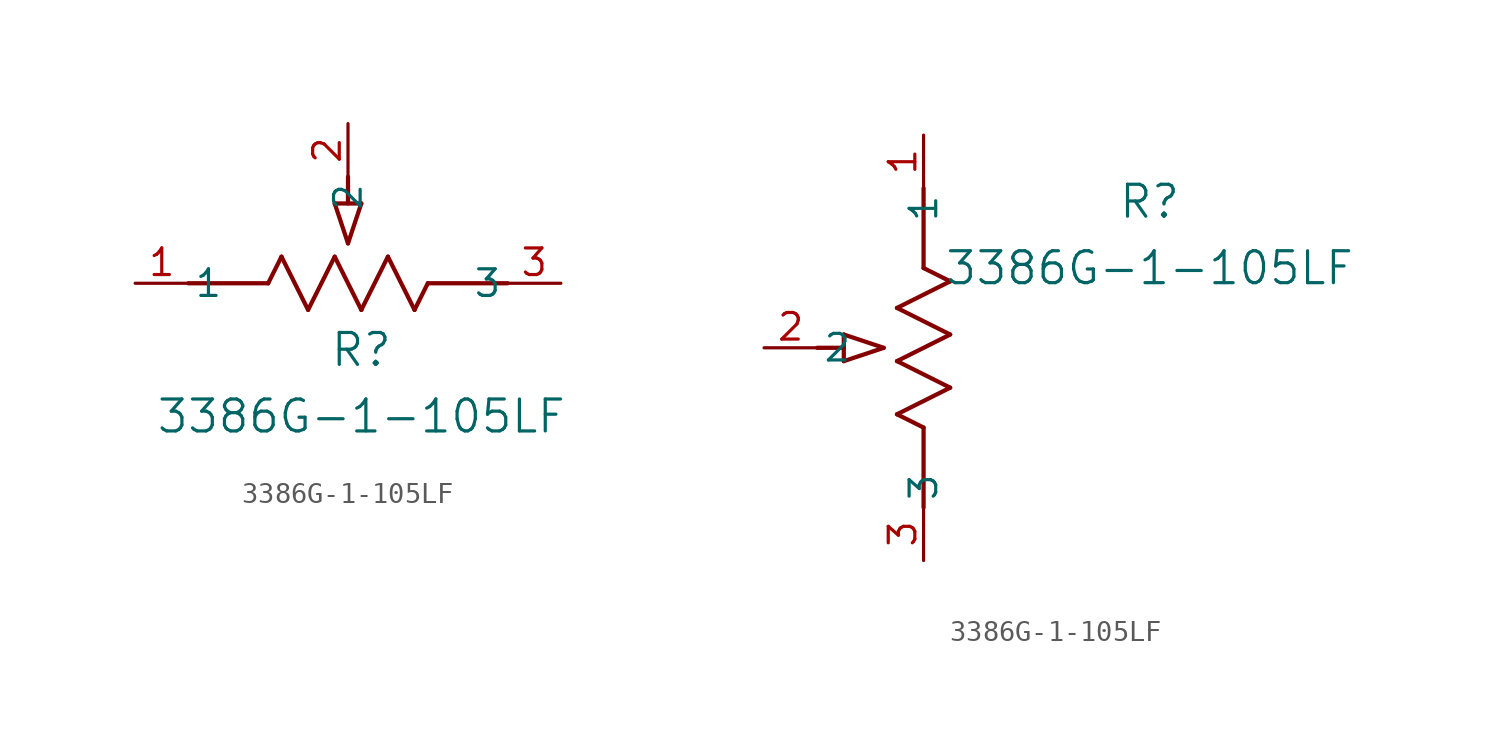
<source format=kicad_sym>
(kicad_symbol_lib
  (version 20211014)
  (generator kicad_symbol_editor)
  (symbol "3386G-1-105LF"
    (pin_names
      (offset 0.254))
    (property "Reference" "R"
      (at 10.795 -3.175 0)
      (effects (font (size 1.524 1.524))))
    (property "Value" "3386G-1-105LF"
      (at 10.795 -6.35 0)
      (effects (font (size 1.524 1.524))))
    (symbol "3386G-1-105LF_1_1"
      (polyline (pts (xy 9.525 3.81) (xy 10.16 1.905)) (stroke (width 0.203) (type default) (color 0 0 0 0)) (fill (type none)))
      (polyline (pts (xy 10.795 3.81) (xy 10.16 1.905)) (stroke (width 0.203) (type default) (color 0 0 0 0)) (fill (type none)))
      (polyline (pts (xy 9.525 3.81) (xy 10.795 3.81)) (stroke (width 0.203) (type default) (color 0 0 0 0)) (fill (type none)))
      (polyline (pts (xy 10.16 3.81) (xy 10.16 5.08)) (stroke (width 0.203) (type default) (color 0 0 0 0)) (fill (type none)))
      (polyline (pts (xy 6.35 0) (xy 6.985 1.27)) (stroke (width 0.203) (type default) (color 0 0 0 0)) (fill (type none)))
      (polyline (pts (xy 9.525 1.27) (xy 10.795 -1.27)) (stroke (width 0.203) (type default) (color 0 0 0 0)) (fill (type none)))
      (polyline (pts (xy 10.795 -1.27) (xy 12.065 1.27)) (stroke (width 0.203) (type default) (color 0 0 0 0)) (fill (type none)))
      (polyline (pts (xy 8.255 -1.27) (xy 9.525 1.27)) (stroke (width 0.203) (type default) (color 0 0 0 0)) (fill (type none)))
      (polyline (pts (xy 6.985 1.27) (xy 8.255 -1.27)) (stroke (width 0.203) (type default) (color 0 0 0 0)) (fill (type none)))
      (polyline (pts (xy 13.335 -1.27) (xy 13.97 0)) (stroke (width 0.203) (type default) (color 0 0 0 0)) (fill (type none)))
      (polyline (pts (xy 13.97 0) (xy 17.78 0)) (stroke (width 0.203) (type default) (color 0 0 0 0)) (fill (type none)))
      (polyline (pts (xy 2.54 0) (xy 6.35 0)) (stroke (width 0.203) (type default) (color 0 0 0 0)) (fill (type none)))
      (polyline (pts (xy 12.065 1.27) (xy 13.335 -1.27)) (stroke (width 0.203) (type default) (color 0 0 0 0)) (fill (type none)))
      (pin unspecified line (at 20.32 0 180) (length 2.54) (name "3" (effects (font (size 1.27 1.27)))) (number "3" (effects (font (size 1.27 1.27)))))
      (pin unspecified line (at 10.16 7.62 270) (length 2.54) (name "2" (effects (font (size 1.27 1.27)))) (number "2" (effects (font (size 1.27 1.27)))))
      (pin unspecified line (at 0 0 0) (length 2.54) (name "1" (effects (font (size 1.27 1.27)))) (number "1" (effects (font (size 1.27 1.27))))))
    (symbol "3386G-1-105LF_1_2"
      (polyline (pts (xy 0 -13.97) (xy -1.27 -13.335)) (stroke (width 0.203) (type default) (color 0 0 0 0)) (fill (type none)))
      (polyline (pts (xy 0 -17.78) (xy 0 -13.97)) (stroke (width 0.203) (type default) (color 0 0 0 0)) (fill (type none)))
      (polyline (pts (xy -3.81 -10.795) (xy -1.905 -10.16)) (stroke (width 0.203) (type default) (color 0 0 0 0)) (fill (type none)))
      (polyline (pts (xy -3.81 -9.525) (xy -1.905 -10.16)) (stroke (width 0.203) (type default) (color 0 0 0 0)) (fill (type none)))
      (polyline (pts (xy -3.81 -10.795) (xy -3.81 -9.525)) (stroke (width 0.203) (type default) (color 0 0 0 0)) (fill (type none)))
      (polyline (pts (xy 1.27 -12.065) (xy -1.27 -10.795)) (stroke (width 0.203) (type default) (color 0 0 0 0)) (fill (type none)))
      (polyline (pts (xy -1.27 -10.795) (xy 1.27 -9.525)) (stroke (width 0.203) (type default) (color 0 0 0 0)) (fill (type none)))
      (polyline (pts (xy 1.27 -9.525) (xy -1.27 -8.255)) (stroke (width 0.203) (type default) (color 0 0 0 0)) (fill (type none)))
      (polyline (pts (xy -1.27 -8.255) (xy 1.27 -6.985)) (stroke (width 0.203) (type default) (color 0 0 0 0)) (fill (type none)))
      (polyline (pts (xy 1.27 -6.985) (xy 0 -6.35)) (stroke (width 0.203) (type default) (color 0 0 0 0)) (fill (type none)))
      (polyline (pts (xy -1.27 -13.335) (xy 1.27 -12.065)) (stroke (width 0.203) (type default) (color 0 0 0 0)) (fill (type none)))
      (polyline (pts (xy 0 -6.35) (xy 0 -2.54)) (stroke (width 0.203) (type default) (color 0 0 0 0)) (fill (type none)))
      (polyline (pts (xy -3.81 -10.16) (xy -5.08 -10.16)) (stroke (width 0.203) (type default) (color 0 0 0 0)) (fill (type none)))
      (pin unspecified line (at 0 -20.32 90) (length 2.54) (name "3" (effects (font (size 1.27 1.27)))) (number "3" (effects (font (size 1.27 1.27)))))
      (pin unspecified line (at -7.62 -10.16 0) (length 2.54) (name "2" (effects (font (size 1.27 1.27)))) (number "2" (effects (font (size 1.27 1.27)))))
      (pin unspecified line (at 0 0 270) (length 2.54) (name "1" (effects (font (size 1.27 1.27)))) (number "1" (effects (font (size 1.27 1.27))))))))
</source>
